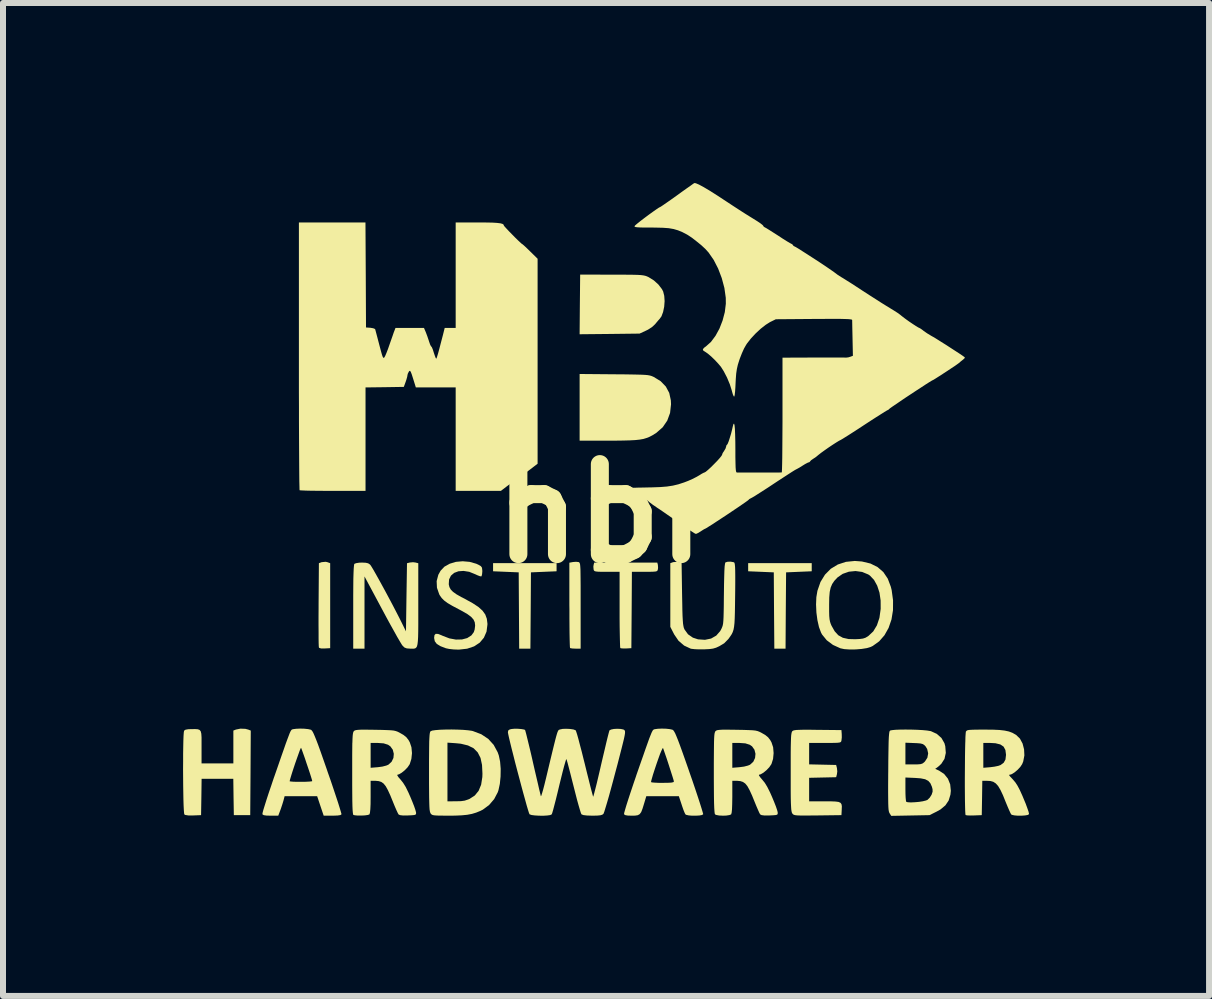
<source format=kicad_pcb>
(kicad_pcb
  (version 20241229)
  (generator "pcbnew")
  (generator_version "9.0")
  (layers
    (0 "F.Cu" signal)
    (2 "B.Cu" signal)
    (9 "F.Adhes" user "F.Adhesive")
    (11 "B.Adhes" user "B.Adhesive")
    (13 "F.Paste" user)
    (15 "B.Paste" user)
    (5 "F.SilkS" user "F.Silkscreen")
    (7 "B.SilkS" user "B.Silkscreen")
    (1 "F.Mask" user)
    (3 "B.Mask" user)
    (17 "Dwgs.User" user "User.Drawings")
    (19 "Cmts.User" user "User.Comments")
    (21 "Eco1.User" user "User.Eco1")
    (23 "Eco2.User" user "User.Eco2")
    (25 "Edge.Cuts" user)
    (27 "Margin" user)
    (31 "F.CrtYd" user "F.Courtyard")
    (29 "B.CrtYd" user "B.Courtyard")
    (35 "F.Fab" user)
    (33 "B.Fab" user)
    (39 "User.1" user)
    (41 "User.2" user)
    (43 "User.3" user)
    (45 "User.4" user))
  (footprint "hbr"
    (layer "F.Cu")
    (at 7.051 5.504)
    (property "Reference" "hbr" (at 0 0 0) (layer "F.SilkS") (effects (font (size 1.5 1.5) (thickness 0.3))))
    (attr board_only exclude_from_pos_files exclude_from_bom)
    (fp_poly (pts (xy -0.828 0.896) (xy -0.828 0.964) (xy -1.041 0.973) (xy -1.255 0.982) (xy -1.259 1.617) (xy -1.264 2.253) (xy -1.357 2.253) (xy -1.451 2.253) (xy -1.455 1.617) (xy -1.459 0.982) (xy -1.673 0.973) (xy -1.886 0.964) (xy -1.886 0.896) (xy -1.886 0.828) (xy -1.357 0.828) (xy -0.828 0.828)) (stroke (width 0) (type solid)) (fill yes) (layer "F.SilkS"))
    (fp_poly (pts (xy 3.423 0.896) (xy 3.423 0.964) (xy 3.209 0.973) (xy 2.996 0.982) (xy 2.991 1.617) (xy 2.987 2.253) (xy 2.893 2.253) (xy 2.8 2.253) (xy 2.795 1.617) (xy 2.791 0.982) (xy 2.578 0.973) (xy 2.364 0.964) (xy 2.364 0.896) (xy 2.364 0.828) (xy 2.893 0.828) (xy 3.423 0.828)) (stroke (width 0) (type solid)) (fill yes) (layer "F.SilkS"))
    (fp_poly (pts (xy -4.647 0.812) (xy -4.6 0.829) (xy -4.6 1.537) (xy -4.6 2.245) (xy -4.69 2.25) (xy -4.752 2.25) (xy -4.783 2.24) (xy -4.788 2.233) (xy -4.79 2.211) (xy -4.792 2.16) (xy -4.793 2.081) (xy -4.793 1.98) (xy -4.794 1.859) (xy -4.794 1.723) (xy -4.793 1.576) (xy -4.793 1.52) (xy -4.788 0.829) (xy -4.741 0.812) (xy -4.674 0.806)) (stroke (width 0) (type solid)) (fill yes) (layer "F.SilkS"))
    (fp_poly (pts (xy -0.463 0.81) (xy -0.462 0.81) (xy -0.454 0.814) (xy -0.447 0.82) (xy -0.441 0.832) (xy -0.436 0.853) (xy -0.433 0.886) (xy -0.43 0.935) (xy -0.429 1.001) (xy -0.428 1.089) (xy -0.427 1.201) (xy -0.427 1.341) (xy -0.427 1.512) (xy -0.427 1.537) (xy -0.427 2.253) (xy -0.509 2.253) (xy -0.56 2.251) (xy -0.595 2.246) (xy -0.603 2.242) (xy -0.606 2.223) (xy -0.608 2.173) (xy -0.61 2.097) (xy -0.612 1.997) (xy -0.613 1.878) (xy -0.614 1.743) (xy -0.614 1.596) (xy -0.615 1.526) (xy -0.615 0.821) (xy -0.556 0.81) (xy -0.505 0.806)) (stroke (width 0) (type solid)) (fill yes) (layer "F.SilkS"))
    (fp_poly (pts (xy 0.094 -3.978) (xy 0.242 -3.978) (xy 0.361 -3.977) (xy 0.453 -3.976) (xy 0.524 -3.974) (xy 0.577 -3.971) (xy 0.616 -3.966) (xy 0.646 -3.96) (xy 0.671 -3.952) (xy 0.694 -3.942) (xy 0.708 -3.935) (xy 0.793 -3.882) (xy 0.869 -3.813) (xy 0.928 -3.736) (xy 0.948 -3.697) (xy 0.966 -3.625) (xy 0.972 -3.537) (xy 0.965 -3.444) (xy 0.947 -3.357) (xy 0.92 -3.284) (xy 0.89 -3.242) (xy 0.862 -3.211) (xy 0.826 -3.168) (xy 0.815 -3.154) (xy 0.766 -3.108) (xy 0.696 -3.062) (xy 0.661 -3.045) (xy 0.555 -2.996) (xy 0.055 -2.99) (xy -0.444 -2.985) (xy -0.44 -3.482) (xy -0.435 -3.979)) (stroke (width 0) (type solid)) (fill yes) (layer "F.SilkS"))
    (fp_poly (pts (xy 0.132 -2.318) (xy 0.288 -2.317) (xy 0.414 -2.315) (xy 0.513 -2.313) (xy 0.589 -2.311) (xy 0.648 -2.308) (xy 0.691 -2.304) (xy 0.724 -2.298) (xy 0.75 -2.291) (xy 0.772 -2.282) (xy 0.79 -2.274) (xy 0.906 -2.203) (xy 0.992 -2.114) (xy 1.049 -2.008) (xy 1.076 -1.884) (xy 1.079 -1.818) (xy 1.063 -1.674) (xy 1.016 -1.546) (xy 0.94 -1.435) (xy 0.835 -1.343) (xy 0.768 -1.301) (xy 0.72 -1.276) (xy 0.672 -1.257) (xy 0.62 -1.241) (xy 0.558 -1.23) (xy 0.484 -1.222) (xy 0.391 -1.217) (xy 0.277 -1.214) (xy 0.135 -1.212) (xy 0.025 -1.212) (xy -0.444 -1.212) (xy -0.444 -1.768) (xy -0.444 -2.323)) (stroke (width 0) (type solid)) (fill yes) (layer "F.SilkS"))
    (fp_poly (pts (xy 0.86 0.858) (xy 0.863 0.907) (xy 0.859 0.935) (xy 0.854 0.951) (xy 0.842 0.962) (xy 0.82 0.968) (xy 0.78 0.971) (xy 0.717 0.973) (xy 0.638 0.973) (xy 0.427 0.973) (xy 0.423 1.609) (xy 0.418 2.245) (xy 0.332 2.25) (xy 0.28 2.25) (xy 0.244 2.247) (xy 0.234 2.243) (xy 0.231 2.223) (xy 0.229 2.174) (xy 0.227 2.098) (xy 0.225 1.999) (xy 0.223 1.882) (xy 0.222 1.75) (xy 0.222 1.607) (xy 0.222 1.602) (xy 0.222 0.973) (xy 0.011 0.973) (xy -0.078 0.973) (xy -0.137 0.971) (xy -0.175 0.967) (xy -0.196 0.96) (xy -0.206 0.949) (xy -0.211 0.935) (xy -0.215 0.887) (xy -0.211 0.858) (xy -0.201 0.819) (xy 0.324 0.819) (xy 0.85 0.819)) (stroke (width 0) (type solid)) (fill yes) (layer "F.SilkS"))
    (fp_poly (pts (xy -6.014 3.589) (xy -5.967 3.601) (xy -5.923 3.618) (xy -5.927 4.323) (xy -5.932 5.027) (xy -6.068 5.027) (xy -6.205 5.027) (xy -6.21 4.724) (xy -6.214 4.421) (xy -6.478 4.421) (xy -6.742 4.421) (xy -6.746 4.724) (xy -6.751 5.027) (xy -6.879 5.032) (xy -6.963 5.032) (xy -7.014 5.024) (xy -7.029 5.016) (xy -7.034 4.994) (xy -7.038 4.943) (xy -7.042 4.867) (xy -7.045 4.77) (xy -7.047 4.657) (xy -7.049 4.532) (xy -7.05 4.4) (xy -7.051 4.265) (xy -7.05 4.132) (xy -7.05 4.005) (xy -7.048 3.889) (xy -7.046 3.788) (xy -7.043 3.706) (xy -7.039 3.649) (xy -7.034 3.621) (xy -7.033 3.619) (xy -7.009 3.603) (xy -6.96 3.595) (xy -6.91 3.594) (xy -6.85 3.593) (xy -6.806 3.596) (xy -6.776 3.607) (xy -6.757 3.63) (xy -6.747 3.67) (xy -6.743 3.732) (xy -6.743 3.821) (xy -6.743 3.891) (xy -6.743 4.165) (xy -6.478 4.165) (xy -6.213 4.165) (xy -6.213 3.892) (xy -6.213 3.618) (xy -6.17 3.601) (xy -6.096 3.586)) (stroke (width 0) (type solid)) (fill yes) (layer "F.SilkS"))
    (fp_poly (pts (xy -3.179 0.818) (xy -3.132 0.83) (xy -3.132 1.525) (xy -3.132 1.702) (xy -3.132 1.848) (xy -3.133 1.966) (xy -3.135 2.058) (xy -3.139 2.128) (xy -3.145 2.179) (xy -3.154 2.215) (xy -3.167 2.236) (xy -3.183 2.248) (xy -3.204 2.253) (xy -3.231 2.254) (xy -3.262 2.253) (xy -3.267 2.253) (xy -3.323 2.249) (xy -3.361 2.235) (xy -3.392 2.206) (xy -3.41 2.181) (xy -3.441 2.129) (xy -3.485 2.054) (xy -3.537 1.96) (xy -3.598 1.851) (xy -3.664 1.73) (xy -3.731 1.605) (xy -4.028 1.05) (xy -4.028 1.652) (xy -4.028 2.253) (xy -4.122 2.253) (xy -4.216 2.253) (xy -4.216 1.557) (xy -4.216 1.371) (xy -4.215 1.217) (xy -4.214 1.093) (xy -4.211 0.996) (xy -4.208 0.924) (xy -4.204 0.876) (xy -4.2 0.848) (xy -4.196 0.84) (xy -4.168 0.829) (xy -4.118 0.821) (xy -4.071 0.819) (xy -4.008 0.822) (xy -3.968 0.831) (xy -3.94 0.849) (xy -3.931 0.858) (xy -3.914 0.883) (xy -3.883 0.934) (xy -3.842 1.006) (xy -3.792 1.095) (xy -3.736 1.197) (xy -3.676 1.307) (xy -3.615 1.421) (xy -3.555 1.534) (xy -3.499 1.642) (xy -3.448 1.741) (xy -3.411 1.815) (xy -3.337 1.965) (xy -3.329 1.398) (xy -3.32 0.83) (xy -3.273 0.818) (xy -3.22 0.813)) (stroke (width 0) (type solid)) (fill yes) (layer "F.SilkS"))
    (fp_poly (pts (xy 3.383 3.604) (xy 3.509 3.606) (xy 3.522 3.606) (xy 3.918 3.61) (xy 3.923 3.677) (xy 3.924 3.732) (xy 3.919 3.779) (xy 3.918 3.784) (xy 3.914 3.799) (xy 3.905 3.81) (xy 3.887 3.817) (xy 3.854 3.821) (xy 3.802 3.823) (xy 3.725 3.824) (xy 3.644 3.824) (xy 3.38 3.824) (xy 3.38 4.002) (xy 3.38 4.181) (xy 3.605 4.186) (xy 3.83 4.191) (xy 3.843 4.242) (xy 3.849 4.298) (xy 3.843 4.345) (xy 3.83 4.395) (xy 3.605 4.4) (xy 3.38 4.405) (xy 3.38 4.601) (xy 3.38 4.797) (xy 3.634 4.797) (xy 3.741 4.797) (xy 3.818 4.8) (xy 3.871 4.807) (xy 3.903 4.822) (xy 3.919 4.845) (xy 3.925 4.879) (xy 3.923 4.927) (xy 3.923 4.936) (xy 3.918 5.027) (xy 3.522 5.032) (xy 3.396 5.033) (xy 3.3 5.034) (xy 3.229 5.033) (xy 3.179 5.031) (xy 3.146 5.027) (xy 3.125 5.021) (xy 3.112 5.013) (xy 3.102 5.002) (xy 3.099 4.998) (xy 3.092 4.984) (xy 3.087 4.963) (xy 3.082 4.931) (xy 3.079 4.885) (xy 3.076 4.822) (xy 3.074 4.738) (xy 3.073 4.629) (xy 3.073 4.494) (xy 3.073 4.328) (xy 3.073 4.308) (xy 3.073 4.139) (xy 3.073 4.001) (xy 3.074 3.891) (xy 3.076 3.806) (xy 3.078 3.741) (xy 3.081 3.695) (xy 3.086 3.663) (xy 3.091 3.643) (xy 3.098 3.631) (xy 3.1 3.628) (xy 3.112 3.619) (xy 3.133 3.613) (xy 3.166 3.608) (xy 3.216 3.606) (xy 3.287 3.604)) (stroke (width 0) (type solid)) (fill yes) (layer "F.SilkS"))
    (fp_poly (pts (xy 2.119 0.812) (xy 2.131 0.817) (xy 2.137 0.827) (xy 2.142 0.851) (xy 2.146 0.892) (xy 2.148 0.953) (xy 2.149 1.036) (xy 2.149 1.146) (xy 2.148 1.286) (xy 2.147 1.367) (xy 2.145 1.523) (xy 2.143 1.649) (xy 2.14 1.749) (xy 2.136 1.827) (xy 2.129 1.889) (xy 2.12 1.937) (xy 2.107 1.977) (xy 2.09 2.012) (xy 2.067 2.047) (xy 2.04 2.085) (xy 2.034 2.093) (xy 1.964 2.164) (xy 1.884 2.212) (xy 1.83 2.237) (xy 1.779 2.252) (xy 1.721 2.26) (xy 1.643 2.264) (xy 1.622 2.265) (xy 1.544 2.265) (xy 1.474 2.262) (xy 1.421 2.256) (xy 1.406 2.253) (xy 1.297 2.202) (xy 1.204 2.122) (xy 1.131 2.015) (xy 1.127 2.007) (xy 1.067 1.89) (xy 1.067 1.359) (xy 1.067 0.829) (xy 1.114 0.812) (xy 1.181 0.806) (xy 1.208 0.812) (xy 1.255 0.829) (xy 1.263 1.349) (xy 1.266 1.498) (xy 1.268 1.617) (xy 1.271 1.711) (xy 1.275 1.782) (xy 1.279 1.835) (xy 1.285 1.874) (xy 1.291 1.902) (xy 1.3 1.925) (xy 1.304 1.934) (xy 1.362 2.014) (xy 1.443 2.07) (xy 1.529 2.098) (xy 1.644 2.106) (xy 1.746 2.085) (xy 1.832 2.036) (xy 1.897 1.962) (xy 1.911 1.937) (xy 1.923 1.913) (xy 1.933 1.889) (xy 1.941 1.863) (xy 1.947 1.83) (xy 1.951 1.785) (xy 1.954 1.725) (xy 1.956 1.646) (xy 1.958 1.542) (xy 1.959 1.41) (xy 1.96 1.341) (xy 1.962 1.181) (xy 1.965 1.053) (xy 1.968 0.954) (xy 1.972 0.884) (xy 1.978 0.839) (xy 1.984 0.818) (xy 1.986 0.816) (xy 2.023 0.805) (xy 2.073 0.804)) (stroke (width 0) (type solid)) (fill yes) (layer "F.SilkS"))
    (fp_poly (pts (xy 4.26 0.801) (xy 4.402 0.835) (xy 4.52 0.894) (xy 4.616 0.977) (xy 4.69 1.087) (xy 4.741 1.222) (xy 4.755 1.278) (xy 4.778 1.448) (xy 4.777 1.613) (xy 4.752 1.767) (xy 4.704 1.907) (xy 4.635 2.03) (xy 4.547 2.131) (xy 4.44 2.208) (xy 4.407 2.224) (xy 4.342 2.244) (xy 4.254 2.258) (xy 4.155 2.266) (xy 4.055 2.267) (xy 3.966 2.261) (xy 3.9 2.247) (xy 3.777 2.191) (xy 3.673 2.113) (xy 3.595 2.017) (xy 3.578 1.985) (xy 3.544 1.894) (xy 3.518 1.779) (xy 3.501 1.651) (xy 3.496 1.536) (xy 3.713 1.536) (xy 3.713 1.636) (xy 3.715 1.71) (xy 3.72 1.763) (xy 3.728 1.804) (xy 3.74 1.841) (xy 3.752 1.869) (xy 3.805 1.963) (xy 3.866 2.03) (xy 3.942 2.072) (xy 4.037 2.093) (xy 4.149 2.096) (xy 4.225 2.092) (xy 4.277 2.085) (xy 4.317 2.072) (xy 4.355 2.05) (xy 4.368 2.041) (xy 4.448 1.966) (xy 4.509 1.865) (xy 4.55 1.743) (xy 4.552 1.734) (xy 4.572 1.59) (xy 4.571 1.45) (xy 4.552 1.32) (xy 4.514 1.204) (xy 4.461 1.108) (xy 4.393 1.036) (xy 4.365 1.017) (xy 4.263 0.975) (xy 4.153 0.96) (xy 4.042 0.971) (xy 3.939 1.007) (xy 3.852 1.067) (xy 3.85 1.07) (xy 3.8 1.123) (xy 3.764 1.176) (xy 3.739 1.235) (xy 3.723 1.307) (xy 3.715 1.4) (xy 3.713 1.518) (xy 3.713 1.536) (xy 3.496 1.536) (xy 3.495 1.52) (xy 3.5 1.396) (xy 3.518 1.289) (xy 3.569 1.142) (xy 3.644 1.02) (xy 3.741 0.922) (xy 3.858 0.851) (xy 3.992 0.807) (xy 4.141 0.792)) (stroke (width 0) (type solid)) (fill yes) (layer "F.SilkS"))
    (fp_poly (pts (xy -2.479 3.602) (xy -2.385 3.606) (xy -2.303 3.613) (xy -2.239 3.622) (xy -2.223 3.626) (xy -2.083 3.679) (xy -1.967 3.756) (xy -1.876 3.856) (xy -1.809 3.98) (xy -1.79 4.034) (xy -1.769 4.135) (xy -1.759 4.255) (xy -1.761 4.382) (xy -1.773 4.505) (xy -1.796 4.611) (xy -1.808 4.646) (xy -1.868 4.76) (xy -1.953 4.859) (xy -2.056 4.935) (xy -2.097 4.956) (xy -2.168 4.985) (xy -2.238 5.006) (xy -2.316 5.021) (xy -2.407 5.03) (xy -2.519 5.035) (xy -2.639 5.036) (xy -2.739 5.035) (xy -2.81 5.034) (xy -2.858 5.031) (xy -2.889 5.026) (xy -2.908 5.018) (xy -2.921 5.005) (xy -2.927 4.998) (xy -2.933 4.984) (xy -2.939 4.963) (xy -2.944 4.93) (xy -2.947 4.883) (xy -2.949 4.819) (xy -2.951 4.734) (xy -2.952 4.624) (xy -2.953 4.488) (xy -2.953 4.32) (xy -2.953 4.308) (xy -2.953 4.139) (xy -2.952 4.001) (xy -2.951 3.891) (xy -2.95 3.819) (xy -2.646 3.819) (xy -2.646 4.308) (xy -2.646 4.797) (xy -2.505 4.796) (xy -2.421 4.794) (xy -2.358 4.785) (xy -2.301 4.766) (xy -2.277 4.756) (xy -2.191 4.7) (xy -2.127 4.622) (xy -2.085 4.52) (xy -2.065 4.393) (xy -2.063 4.336) (xy -2.07 4.191) (xy -2.095 4.074) (xy -2.142 3.982) (xy -2.21 3.913) (xy -2.304 3.866) (xy -2.423 3.837) (xy -2.502 3.829) (xy -2.646 3.819) (xy -2.95 3.819) (xy -2.95 3.805) (xy -2.947 3.741) (xy -2.944 3.694) (xy -2.94 3.662) (xy -2.935 3.642) (xy -2.928 3.63) (xy -2.926 3.629) (xy -2.899 3.618) (xy -2.843 3.61) (xy -2.767 3.604) (xy -2.677 3.601) (xy -2.579 3.6)) (stroke (width 0) (type solid)) (fill yes) (layer "F.SilkS"))
    (fp_poly (pts (xy -2.277 0.807) (xy -2.167 0.838) (xy -2.13 0.855) (xy -2.089 0.879) (xy -2.071 0.904) (xy -2.066 0.945) (xy -2.065 0.964) (xy -2.069 1.012) (xy -2.077 1.043) (xy -2.081 1.049) (xy -2.103 1.047) (xy -2.145 1.031) (xy -2.184 1.013) (xy -2.283 0.973) (xy -2.378 0.958) (xy -2.463 0.964) (xy -2.535 0.991) (xy -2.588 1.037) (xy -2.619 1.1) (xy -2.624 1.179) (xy -2.624 1.182) (xy -2.613 1.228) (xy -2.591 1.268) (xy -2.554 1.306) (xy -2.497 1.347) (xy -2.416 1.393) (xy -2.352 1.426) (xy -2.227 1.495) (xy -2.131 1.558) (xy -2.062 1.62) (xy -2.016 1.684) (xy -1.99 1.755) (xy -1.98 1.835) (xy -1.98 1.852) (xy -1.995 1.97) (xy -2.039 2.071) (xy -2.108 2.153) (xy -2.202 2.215) (xy -2.318 2.254) (xy -2.453 2.269) (xy -2.472 2.269) (xy -2.546 2.266) (xy -2.617 2.258) (xy -2.67 2.247) (xy -2.671 2.247) (xy -2.762 2.212) (xy -2.823 2.175) (xy -2.857 2.13) (xy -2.868 2.076) (xy -2.868 2.072) (xy -2.862 2.027) (xy -2.841 2.006) (xy -2.802 2.008) (xy -2.741 2.032) (xy -2.726 2.039) (xy -2.614 2.082) (xy -2.505 2.102) (xy -2.404 2.1) (xy -2.317 2.077) (xy -2.247 2.032) (xy -2.207 1.978) (xy -2.193 1.935) (xy -2.186 1.878) (xy -2.185 1.866) (xy -2.191 1.814) (xy -2.212 1.768) (xy -2.252 1.723) (xy -2.314 1.677) (xy -2.403 1.626) (xy -2.457 1.597) (xy -2.563 1.541) (xy -2.643 1.494) (xy -2.701 1.451) (xy -2.743 1.409) (xy -2.774 1.364) (xy -2.783 1.348) (xy -2.821 1.238) (xy -2.826 1.128) (xy -2.798 1.022) (xy -2.76 0.954) (xy -2.696 0.887) (xy -2.608 0.838) (xy -2.505 0.807) (xy -2.392 0.797)) (stroke (width 0) (type solid)) (fill yes) (layer "F.SilkS"))
    (fp_poly (pts (xy -5.029 3.587) (xy -4.965 3.594) (xy -4.922 3.604) (xy -4.918 3.606) (xy -4.907 3.616) (xy -4.893 3.635) (xy -4.877 3.666) (xy -4.857 3.712) (xy -4.831 3.776) (xy -4.799 3.86) (xy -4.76 3.968) (xy -4.713 4.102) (xy -4.656 4.265) (xy -4.641 4.31) (xy -4.59 4.455) (xy -4.544 4.592) (xy -4.503 4.715) (xy -4.468 4.821) (xy -4.441 4.908) (xy -4.422 4.971) (xy -4.412 5.007) (xy -4.412 5.014) (xy -4.43 5.026) (xy -4.476 5.033) (xy -4.552 5.036) (xy -4.564 5.036) (xy -4.708 5.036) (xy -4.763 4.873) (xy -4.817 4.711) (xy -5.088 4.711) (xy -5.359 4.711) (xy -5.378 4.784) (xy -5.396 4.843) (xy -5.419 4.913) (xy -5.431 4.946) (xy -5.465 5.036) (xy -5.592 5.036) (xy -5.662 5.034) (xy -5.704 5.028) (xy -5.725 5.017) (xy -5.729 5.01) (xy -5.726 4.988) (xy -5.713 4.938) (xy -5.69 4.864) (xy -5.66 4.768) (xy -5.623 4.655) (xy -5.58 4.529) (xy -5.558 4.463) (xy -5.275 4.463) (xy -5.259 4.466) (xy -5.216 4.47) (xy -5.152 4.472) (xy -5.087 4.472) (xy -5.011 4.471) (xy -4.95 4.468) (xy -4.911 4.464) (xy -4.899 4.46) (xy -4.904 4.438) (xy -4.918 4.391) (xy -4.939 4.325) (xy -4.965 4.247) (xy -4.993 4.165) (xy -5.02 4.083) (xy -5.046 4.01) (xy -5.067 3.951) (xy -5.081 3.914) (xy -5.086 3.905) (xy -5.093 3.917) (xy -5.109 3.955) (xy -5.13 4.014) (xy -5.156 4.087) (xy -5.184 4.167) (xy -5.211 4.248) (xy -5.236 4.325) (xy -5.256 4.39) (xy -5.27 4.438) (xy -5.275 4.463) (xy -5.558 4.463) (xy -5.534 4.392) (xy -5.53 4.382) (xy -5.468 4.204) (xy -5.417 4.056) (xy -5.374 3.934) (xy -5.34 3.836) (xy -5.312 3.76) (xy -5.29 3.702) (xy -5.274 3.66) (xy -5.261 3.632) (xy -5.25 3.614) (xy -5.242 3.604) (xy -5.233 3.599) (xy -5.225 3.597) (xy -5.219 3.595) (xy -5.168 3.588) (xy -5.1 3.585)) (stroke (width 0) (type solid)) (fill yes) (layer "F.SilkS"))
    (fp_poly (pts (xy 5.082 3.602) (xy 5.179 3.605) (xy 5.269 3.61) (xy 5.344 3.617) (xy 5.398 3.626) (xy 5.409 3.628) (xy 5.507 3.673) (xy 5.584 3.741) (xy 5.634 3.828) (xy 5.648 3.878) (xy 5.657 3.99) (xy 5.635 4.089) (xy 5.582 4.172) (xy 5.531 4.219) (xy 5.48 4.256) (xy 5.544 4.285) (xy 5.629 4.341) (xy 5.692 4.419) (xy 5.73 4.514) (xy 5.741 4.621) (xy 5.734 4.686) (xy 5.704 4.784) (xy 5.65 4.864) (xy 5.57 4.931) (xy 5.506 4.967) (xy 5.386 5.027) (xy 5.067 5.033) (xy 4.748 5.039) (xy 4.721 4.997) (xy 4.714 4.983) (xy 4.708 4.963) (xy 4.703 4.933) (xy 4.7 4.89) (xy 4.698 4.832) (xy 4.697 4.754) (xy 4.696 4.653) (xy 4.696 4.526) (xy 4.697 4.4) (xy 4.984 4.4) (xy 4.984 4.595) (xy 4.985 4.674) (xy 4.988 4.74) (xy 4.993 4.786) (xy 4.997 4.804) (xy 5.023 4.812) (xy 5.074 4.815) (xy 5.139 4.812) (xy 5.209 4.806) (xy 5.274 4.796) (xy 5.326 4.783) (xy 5.351 4.773) (xy 5.389 4.736) (xy 5.42 4.687) (xy 5.422 4.682) (xy 5.437 4.636) (xy 5.436 4.594) (xy 5.425 4.553) (xy 5.4 4.496) (xy 5.365 4.456) (xy 5.313 4.429) (xy 5.239 4.414) (xy 5.146 4.407) (xy 4.984 4.4) (xy 4.697 4.4) (xy 4.697 4.369) (xy 4.698 4.295) (xy 4.699 4.124) (xy 4.701 3.985) (xy 4.703 3.873) (xy 4.704 3.82) (xy 4.984 3.82) (xy 4.984 4.001) (xy 4.984 4.182) (xy 5.122 4.182) (xy 5.192 4.181) (xy 5.237 4.177) (xy 5.268 4.167) (xy 5.294 4.148) (xy 5.31 4.132) (xy 5.35 4.07) (xy 5.363 3.998) (xy 5.347 3.926) (xy 5.319 3.88) (xy 5.296 3.857) (xy 5.271 3.842) (xy 5.236 3.833) (xy 5.18 3.828) (xy 5.131 3.826) (xy 4.984 3.82) (xy 4.704 3.82) (xy 4.705 3.787) (xy 4.708 3.722) (xy 4.712 3.676) (xy 4.716 3.645) (xy 4.721 3.627) (xy 4.728 3.619) (xy 4.728 3.618) (xy 4.759 3.611) (xy 4.816 3.605) (xy 4.894 3.602) (xy 4.985 3.601)) (stroke (width 0) (type solid)) (fill yes) (layer "F.SilkS"))
    (fp_poly (pts (xy 6.442 3.603) (xy 6.551 3.608) (xy 6.637 3.618) (xy 6.707 3.633) (xy 6.766 3.655) (xy 6.819 3.685) (xy 6.829 3.691) (xy 6.892 3.752) (xy 6.936 3.834) (xy 6.961 3.931) (xy 6.966 4.032) (xy 6.947 4.132) (xy 6.929 4.177) (xy 6.898 4.224) (xy 6.853 4.272) (xy 6.802 4.315) (xy 6.756 4.344) (xy 6.727 4.353) (xy 6.713 4.354) (xy 6.713 4.363) (xy 6.728 4.383) (xy 6.763 4.42) (xy 6.781 4.44) (xy 6.817 4.483) (xy 6.852 4.537) (xy 6.89 4.609) (xy 6.933 4.704) (xy 6.953 4.752) (xy 6.988 4.836) (xy 7.015 4.91) (xy 7.035 4.968) (xy 7.043 5.004) (xy 7.043 5.011) (xy 7.022 5.024) (xy 6.977 5.032) (xy 6.919 5.036) (xy 6.856 5.036) (xy 6.799 5.031) (xy 6.759 5.022) (xy 6.746 5.014) (xy 6.733 4.99) (xy 6.711 4.942) (xy 6.683 4.877) (xy 6.657 4.814) (xy 6.609 4.695) (xy 6.567 4.606) (xy 6.528 4.541) (xy 6.489 4.498) (xy 6.447 4.471) (xy 6.399 4.458) (xy 6.344 4.455) (xy 6.265 4.455) (xy 6.261 4.741) (xy 6.256 5.027) (xy 6.127 5.032) (xy 6.064 5.033) (xy 6.014 5.031) (xy 5.988 5.026) (xy 5.986 5.025) (xy 5.983 5.005) (xy 5.98 4.955) (xy 5.978 4.88) (xy 5.976 4.784) (xy 5.975 4.672) (xy 5.974 4.548) (xy 5.974 4.416) (xy 5.975 4.282) (xy 5.976 4.15) (xy 5.977 4.023) (xy 5.979 3.907) (xy 5.981 3.824) (xy 6.282 3.824) (xy 6.282 4.031) (xy 6.282 4.238) (xy 6.4 4.228) (xy 6.469 4.219) (xy 6.531 4.206) (xy 6.57 4.192) (xy 6.622 4.153) (xy 6.651 4.1) (xy 6.66 4.024) (xy 6.66 4.02) (xy 6.65 3.942) (xy 6.62 3.886) (xy 6.565 3.849) (xy 6.484 3.829) (xy 6.393 3.824) (xy 6.282 3.824) (xy 5.981 3.824) (xy 5.982 3.806) (xy 5.984 3.724) (xy 5.988 3.666) (xy 5.991 3.637) (xy 5.992 3.635) (xy 6.001 3.623) (xy 6.015 3.614) (xy 6.04 3.608) (xy 6.081 3.605) (xy 6.143 3.603) (xy 6.231 3.602) (xy 6.305 3.602)) (stroke (width 0) (type solid)) (fill yes) (layer "F.SilkS"))
    (fp_poly (pts (xy 0.997 3.587) (xy 1.06 3.594) (xy 1.103 3.604) (xy 1.107 3.606) (xy 1.119 3.616) (xy 1.132 3.635) (xy 1.149 3.666) (xy 1.169 3.713) (xy 1.195 3.777) (xy 1.227 3.862) (xy 1.266 3.97) (xy 1.314 4.105) (xy 1.371 4.268) (xy 1.385 4.309) (xy 1.436 4.455) (xy 1.482 4.591) (xy 1.523 4.714) (xy 1.558 4.821) (xy 1.585 4.907) (xy 1.604 4.97) (xy 1.614 5.006) (xy 1.614 5.013) (xy 1.594 5.025) (xy 1.549 5.033) (xy 1.491 5.036) (xy 1.428 5.036) (xy 1.372 5.031) (xy 1.332 5.022) (xy 1.319 5.014) (xy 1.306 4.989) (xy 1.286 4.94) (xy 1.264 4.877) (xy 1.256 4.852) (xy 1.209 4.711) (xy 0.938 4.711) (xy 0.667 4.711) (xy 0.63 4.835) (xy 0.604 4.919) (xy 0.582 4.976) (xy 0.557 5.01) (xy 0.525 5.028) (xy 0.48 5.035) (xy 0.426 5.036) (xy 0.358 5.034) (xy 0.318 5.027) (xy 0.299 5.015) (xy 0.296 5.009) (xy 0.299 4.988) (xy 0.313 4.938) (xy 0.335 4.863) (xy 0.366 4.766) (xy 0.403 4.653) (xy 0.446 4.525) (xy 0.462 4.477) (xy 0.746 4.477) (xy 0.765 4.482) (xy 0.811 4.486) (xy 0.876 4.489) (xy 0.94 4.489) (xy 1.027 4.488) (xy 1.084 4.485) (xy 1.116 4.478) (xy 1.127 4.468) (xy 1.127 4.467) (xy 1.122 4.446) (xy 1.108 4.399) (xy 1.087 4.333) (xy 1.062 4.255) (xy 1.035 4.171) (xy 1.008 4.088) (xy 0.982 4.013) (xy 0.961 3.952) (xy 0.947 3.912) (xy 0.945 3.909) (xy 0.937 3.916) (xy 0.92 3.951) (xy 0.895 4.01) (xy 0.866 4.091) (xy 0.837 4.174) (xy 0.806 4.267) (xy 0.779 4.35) (xy 0.76 4.416) (xy 0.748 4.46) (xy 0.746 4.477) (xy 0.462 4.477) (xy 0.493 4.387) (xy 0.503 4.356) (xy 0.564 4.181) (xy 0.615 4.036) (xy 0.656 3.918) (xy 0.69 3.823) (xy 0.716 3.75) (xy 0.738 3.695) (xy 0.754 3.655) (xy 0.767 3.629) (xy 0.777 3.612) (xy 0.787 3.603) (xy 0.796 3.598) (xy 0.806 3.596) (xy 0.808 3.595) (xy 0.858 3.588) (xy 0.925 3.585)) (stroke (width 0) (type solid)) (fill yes) (layer "F.SilkS"))
    (fp_poly (pts (xy 2.114 3.604) (xy 2.175 3.605) (xy 2.289 3.607) (xy 2.375 3.61) (xy 2.439 3.613) (xy 2.485 3.618) (xy 2.52 3.626) (xy 2.549 3.637) (xy 2.578 3.651) (xy 2.648 3.691) (xy 2.696 3.73) (xy 2.732 3.777) (xy 2.753 3.815) (xy 2.78 3.896) (xy 2.788 3.993) (xy 2.779 4.09) (xy 2.752 4.176) (xy 2.749 4.18) (xy 2.716 4.229) (xy 2.669 4.278) (xy 2.618 4.32) (xy 2.571 4.347) (xy 2.547 4.353) (xy 2.543 4.364) (xy 2.563 4.394) (xy 2.597 4.434) (xy 2.641 4.488) (xy 2.683 4.557) (xy 2.729 4.649) (xy 2.763 4.726) (xy 2.797 4.808) (xy 2.826 4.882) (xy 2.846 4.941) (xy 2.856 4.978) (xy 2.856 4.982) (xy 2.856 5.004) (xy 2.849 5.018) (xy 2.827 5.025) (xy 2.785 5.029) (xy 2.721 5.032) (xy 2.64 5.033) (xy 2.589 5.027) (xy 2.565 5.015) (xy 2.551 4.991) (xy 2.529 4.942) (xy 2.501 4.877) (xy 2.476 4.816) (xy 2.428 4.698) (xy 2.387 4.609) (xy 2.351 4.544) (xy 2.315 4.5) (xy 2.277 4.474) (xy 2.234 4.46) (xy 2.182 4.455) (xy 2.169 4.455) (xy 2.1 4.455) (xy 2.1 4.725) (xy 2.098 4.843) (xy 2.095 4.929) (xy 2.089 4.985) (xy 2.081 5.013) (xy 2.079 5.015) (xy 2.051 5.026) (xy 1.999 5.034) (xy 1.946 5.036) (xy 1.881 5.033) (xy 1.833 5.024) (xy 1.813 5.015) (xy 1.807 5) (xy 1.803 4.966) (xy 1.799 4.909) (xy 1.796 4.829) (xy 1.794 4.723) (xy 1.793 4.588) (xy 1.792 4.423) (xy 1.792 4.325) (xy 1.792 4.155) (xy 1.793 4.015) (xy 1.794 3.903) (xy 1.795 3.824) (xy 2.1 3.824) (xy 2.1 4.031) (xy 2.1 4.238) (xy 2.22 4.228) (xy 2.296 4.218) (xy 2.361 4.201) (xy 2.395 4.187) (xy 2.449 4.138) (xy 2.479 4.074) (xy 2.486 4.005) (xy 2.469 3.937) (xy 2.429 3.881) (xy 2.39 3.854) (xy 2.317 3.831) (xy 2.217 3.824) (xy 2.215 3.824) (xy 2.1 3.824) (xy 1.795 3.824) (xy 1.795 3.816) (xy 1.797 3.75) (xy 1.8 3.701) (xy 1.804 3.668) (xy 1.81 3.646) (xy 1.816 3.633) (xy 1.82 3.627) (xy 1.834 3.617) (xy 1.855 3.61) (xy 1.889 3.606) (xy 1.94 3.603) (xy 2.013 3.603)) (stroke (width 0) (type solid)) (fill yes) (layer "F.SilkS"))
    (fp_poly (pts (xy -3.912 3.604) (xy -3.851 3.605) (xy -3.736 3.607) (xy -3.65 3.61) (xy -3.587 3.613) (xy -3.54 3.618) (xy -3.506 3.626) (xy -3.476 3.637) (xy -3.448 3.651) (xy -3.378 3.691) (xy -3.33 3.73) (xy -3.294 3.777) (xy -3.273 3.815) (xy -3.246 3.896) (xy -3.237 3.993) (xy -3.247 4.09) (xy -3.274 4.176) (xy -3.276 4.18) (xy -3.309 4.229) (xy -3.356 4.278) (xy -3.408 4.32) (xy -3.454 4.347) (xy -3.479 4.353) (xy -3.482 4.364) (xy -3.463 4.394) (xy -3.428 4.434) (xy -3.385 4.488) (xy -3.342 4.557) (xy -3.297 4.649) (xy -3.263 4.726) (xy -3.229 4.808) (xy -3.2 4.882) (xy -3.18 4.941) (xy -3.17 4.978) (xy -3.169 4.982) (xy -3.169 5.004) (xy -3.177 5.018) (xy -3.198 5.025) (xy -3.241 5.029) (xy -3.305 5.032) (xy -3.386 5.033) (xy -3.436 5.027) (xy -3.461 5.015) (xy -3.474 4.991) (xy -3.497 4.942) (xy -3.525 4.877) (xy -3.55 4.816) (xy -3.598 4.698) (xy -3.639 4.609) (xy -3.675 4.544) (xy -3.711 4.5) (xy -3.748 4.474) (xy -3.792 4.46) (xy -3.844 4.455) (xy -3.857 4.455) (xy -3.926 4.455) (xy -3.926 4.725) (xy -3.927 4.843) (xy -3.931 4.929) (xy -3.937 4.985) (xy -3.945 5.013) (xy -3.947 5.015) (xy -3.972 5.024) (xy -4.021 5.031) (xy -4.081 5.034) (xy -4.142 5.034) (xy -4.191 5.029) (xy -4.212 5.024) (xy -4.218 5.015) (xy -4.222 4.989) (xy -4.226 4.945) (xy -4.229 4.88) (xy -4.231 4.791) (xy -4.232 4.676) (xy -4.233 4.532) (xy -4.233 4.357) (xy -4.233 4.336) (xy -4.233 4.164) (xy -4.233 4.023) (xy -4.232 3.909) (xy -4.231 3.824) (xy -3.926 3.824) (xy -3.926 4.031) (xy -3.926 4.238) (xy -3.805 4.228) (xy -3.73 4.218) (xy -3.665 4.201) (xy -3.631 4.187) (xy -3.577 4.138) (xy -3.546 4.074) (xy -3.54 4.005) (xy -3.557 3.937) (xy -3.597 3.881) (xy -3.636 3.854) (xy -3.709 3.831) (xy -3.809 3.824) (xy -3.811 3.824) (xy -3.926 3.824) (xy -4.231 3.824) (xy -4.23 3.821) (xy -4.228 3.753) (xy -4.225 3.704) (xy -4.221 3.67) (xy -4.216 3.648) (xy -4.21 3.634) (xy -4.205 3.627) (xy -4.192 3.617) (xy -4.17 3.61) (xy -4.137 3.606) (xy -4.085 3.603) (xy -4.012 3.603)) (stroke (width 0) (type solid)) (fill yes) (layer "F.SilkS"))
    (fp_poly (pts (xy -4.007 -3.973) (xy -4.003 -3.098) (xy -3.929 -3.093) (xy -3.883 -3.085) (xy -3.854 -3.073) (xy -3.85 -3.067) (xy -3.843 -3.042) (xy -3.83 -2.993) (xy -3.813 -2.929) (xy -3.806 -2.902) (xy -3.777 -2.791) (xy -3.755 -2.709) (xy -3.739 -2.651) (xy -3.727 -2.615) (xy -3.717 -2.597) (xy -3.71 -2.591) (xy -3.702 -2.594) (xy -3.698 -2.599) (xy -3.684 -2.623) (xy -3.663 -2.672) (xy -3.637 -2.739) (xy -3.613 -2.808) (xy -3.585 -2.888) (xy -3.56 -2.959) (xy -3.541 -3.015) (xy -3.53 -3.043) (xy -3.512 -3.09) (xy -3.275 -3.09) (xy -3.037 -3.09) (xy -3.006 -3.017) (xy -2.982 -2.953) (xy -2.958 -2.882) (xy -2.952 -2.863) (xy -2.936 -2.817) (xy -2.922 -2.788) (xy -2.916 -2.782) (xy -2.905 -2.767) (xy -2.889 -2.728) (xy -2.874 -2.68) (xy -2.856 -2.627) (xy -2.842 -2.59) (xy -2.834 -2.578) (xy -2.827 -2.587) (xy -2.817 -2.617) (xy -2.801 -2.67) (xy -2.78 -2.748) (xy -2.752 -2.856) (xy -2.721 -2.974) (xy -2.692 -3.09) (xy -2.601 -3.09) (xy -2.509 -3.09) (xy -2.509 -3.969) (xy -2.509 -4.848) (xy -2.141 -4.848) (xy -2.004 -4.847) (xy -1.897 -4.845) (xy -1.817 -4.84) (xy -1.762 -4.833) (xy -1.727 -4.823) (xy -1.71 -4.81) (xy -1.707 -4.798) (xy -1.696 -4.782) (xy -1.665 -4.748) (xy -1.622 -4.702) (xy -1.571 -4.65) (xy -1.518 -4.596) (xy -1.47 -4.549) (xy -1.43 -4.512) (xy -1.407 -4.491) (xy -1.402 -4.489) (xy -1.388 -4.478) (xy -1.354 -4.448) (xy -1.308 -4.404) (xy -1.269 -4.366) (xy -1.144 -4.243) (xy -1.144 -2.535) (xy -1.144 -0.828) (xy -1.261 -0.738) (xy -1.315 -0.698) (xy -1.358 -0.667) (xy -1.384 -0.65) (xy -1.388 -0.649) (xy -1.405 -0.639) (xy -1.443 -0.612) (xy -1.498 -0.572) (xy -1.563 -0.523) (xy -1.577 -0.512) (xy -1.755 -0.376) (xy -2.132 -0.376) (xy -2.509 -0.376) (xy -2.509 -1.238) (xy -2.509 -2.1) (xy -2.841 -2.1) (xy -3.173 -2.1) (xy -3.219 -2.248) (xy -3.241 -2.317) (xy -3.257 -2.358) (xy -3.269 -2.375) (xy -3.28 -2.374) (xy -3.288 -2.364) (xy -3.307 -2.327) (xy -3.312 -2.305) (xy -3.317 -2.275) (xy -3.331 -2.226) (xy -3.342 -2.193) (xy -3.373 -2.108) (xy -3.692 -2.103) (xy -4.011 -2.099) (xy -4.011 -1.237) (xy -4.011 -0.376) (xy -4.555 -0.376) (xy -4.688 -0.376) (xy -4.81 -0.377) (xy -4.916 -0.378) (xy -5.004 -0.38) (xy -5.067 -0.383) (xy -5.103 -0.385) (xy -5.11 -0.387) (xy -5.111 -0.405) (xy -5.112 -0.455) (xy -5.114 -0.536) (xy -5.115 -0.644) (xy -5.116 -0.779) (xy -5.117 -0.937) (xy -5.118 -1.118) (xy -5.119 -1.319) (xy -5.12 -1.537) (xy -5.12 -1.772) (xy -5.121 -2.021) (xy -5.121 -2.282) (xy -5.121 -2.552) (xy -5.121 -2.623) (xy -5.121 -4.848) (xy -4.566 -4.848) (xy -4.012 -4.848)) (stroke (width 0) (type solid)) (fill yes) (layer "F.SilkS"))
    (fp_poly (pts (xy -1.469 3.588) (xy -1.411 3.593) (xy -1.368 3.601) (xy -1.353 3.608) (xy -1.347 3.627) (xy -1.334 3.675) (xy -1.316 3.748) (xy -1.293 3.842) (xy -1.266 3.954) (xy -1.237 4.078) (xy -1.22 4.154) (xy -1.19 4.285) (xy -1.162 4.405) (xy -1.137 4.512) (xy -1.117 4.6) (xy -1.101 4.665) (xy -1.092 4.703) (xy -1.089 4.712) (xy -1.083 4.704) (xy -1.071 4.667) (xy -1.053 4.606) (xy -1.032 4.526) (xy -1.009 4.432) (xy -1.008 4.429) (xy -0.964 4.244) (xy -0.927 4.089) (xy -0.896 3.961) (xy -0.871 3.859) (xy -0.851 3.779) (xy -0.835 3.718) (xy -0.822 3.673) (xy -0.812 3.643) (xy -0.803 3.623) (xy -0.795 3.611) (xy -0.787 3.605) (xy -0.778 3.602) (xy -0.769 3.599) (xy -0.726 3.59) (xy -0.667 3.588) (xy -0.604 3.591) (xy -0.549 3.599) (xy -0.513 3.612) (xy -0.509 3.615) (xy -0.501 3.635) (xy -0.485 3.685) (xy -0.464 3.76) (xy -0.439 3.856) (xy -0.409 3.969) (xy -0.378 4.094) (xy -0.358 4.173) (xy -0.326 4.304) (xy -0.296 4.423) (xy -0.27 4.528) (xy -0.248 4.614) (xy -0.231 4.677) (xy -0.221 4.713) (xy -0.218 4.72) (xy -0.213 4.706) (xy -0.201 4.663) (xy -0.183 4.594) (xy -0.16 4.503) (xy -0.134 4.394) (xy -0.105 4.27) (xy -0.085 4.182) (xy -0.054 4.05) (xy -0.025 3.928) (xy 0.00032 3.82) (xy 0.022 3.731) (xy 0.039 3.665) (xy 0.05 3.625) (xy 0.053 3.615) (xy 0.079 3.601) (xy 0.127 3.591) (xy 0.185 3.588) (xy 0.242 3.591) (xy 0.285 3.6) (xy 0.298 3.607) (xy 0.305 3.614) (xy 0.311 3.624) (xy 0.313 3.64) (xy 0.312 3.664) (xy 0.306 3.701) (xy 0.295 3.754) (xy 0.278 3.824) (xy 0.255 3.916) (xy 0.225 4.033) (xy 0.188 4.177) (xy 0.154 4.304) (xy 0.115 4.451) (xy 0.078 4.588) (xy 0.044 4.712) (xy 0.013 4.819) (xy -0.013 4.905) (xy -0.032 4.967) (xy -0.045 5.001) (xy -0.048 5.006) (xy -0.067 5.02) (xy -0.097 5.029) (xy -0.146 5.034) (xy -0.221 5.036) (xy -0.232 5.036) (xy -0.322 5.033) (xy -0.381 5.026) (xy -0.412 5.014) (xy -0.413 5.013) (xy -0.423 4.991) (xy -0.439 4.94) (xy -0.461 4.865) (xy -0.487 4.771) (xy -0.515 4.662) (xy -0.544 4.548) (xy -0.574 4.43) (xy -0.601 4.323) (xy -0.625 4.231) (xy -0.644 4.159) (xy -0.658 4.111) (xy -0.664 4.093) (xy -0.671 4.105) (xy -0.684 4.147) (xy -0.703 4.214) (xy -0.726 4.301) (xy -0.752 4.406) (xy -0.781 4.523) (xy -0.784 4.536) (xy -0.813 4.657) (xy -0.84 4.767) (xy -0.865 4.863) (xy -0.885 4.939) (xy -0.9 4.99) (xy -0.909 5.014) (xy -0.909 5.014) (xy -0.935 5.026) (xy -0.985 5.033) (xy -1.051 5.037) (xy -1.122 5.036) (xy -1.19 5.032) (xy -1.244 5.025) (xy -1.276 5.014) (xy -1.279 5.011) (xy -1.288 4.99) (xy -1.304 4.939) (xy -1.326 4.865) (xy -1.352 4.77) (xy -1.383 4.659) (xy -1.416 4.537) (xy -1.45 4.408) (xy -1.485 4.277) (xy -1.519 4.147) (xy -1.55 4.023) (xy -1.579 3.909) (xy -1.603 3.811) (xy -1.622 3.731) (xy -1.634 3.675) (xy -1.639 3.646) (xy -1.639 3.646) (xy -1.633 3.616) (xy -1.608 3.599) (xy -1.578 3.592) (xy -1.528 3.587)) (stroke (width 0) (type solid)) (fill yes) (layer "F.SilkS"))
    (fp_poly (pts (xy 1.492 -5.501) (xy 1.544 -5.479) (xy 1.622 -5.437) (xy 1.725 -5.376) (xy 1.851 -5.296) (xy 2 -5.198) (xy 2.014 -5.189) (xy 2.114 -5.123) (xy 2.217 -5.056) (xy 2.314 -4.994) (xy 2.399 -4.941) (xy 2.454 -4.907) (xy 2.518 -4.867) (xy 2.57 -4.832) (xy 2.603 -4.806) (xy 2.612 -4.796) (xy 2.625 -4.776) (xy 2.642 -4.766) (xy 2.666 -4.753) (xy 2.713 -4.724) (xy 2.776 -4.684) (xy 2.85 -4.637) (xy 2.873 -4.622) (xy 2.946 -4.574) (xy 3.01 -4.534) (xy 3.059 -4.505) (xy 3.087 -4.49) (xy 3.091 -4.489) (xy 3.106 -4.477) (xy 3.107 -4.473) (xy 3.121 -4.456) (xy 3.137 -4.448) (xy 3.16 -4.436) (xy 3.207 -4.408) (xy 3.271 -4.367) (xy 3.348 -4.318) (xy 3.433 -4.263) (xy 3.521 -4.206) (xy 3.606 -4.15) (xy 3.683 -4.098) (xy 3.747 -4.054) (xy 3.793 -4.022) (xy 3.81 -4.009) (xy 3.857 -3.974) (xy 3.913 -3.938) (xy 3.922 -3.933) (xy 3.955 -3.913) (xy 4.012 -3.877) (xy 4.087 -3.83) (xy 4.173 -3.774) (xy 4.266 -3.713) (xy 4.285 -3.701) (xy 4.385 -3.636) (xy 4.487 -3.571) (xy 4.582 -3.51) (xy 4.664 -3.459) (xy 4.725 -3.422) (xy 4.726 -3.421) (xy 4.793 -3.38) (xy 4.854 -3.341) (xy 4.898 -3.309) (xy 4.911 -3.298) (xy 4.942 -3.273) (xy 4.989 -3.238) (xy 5.046 -3.197) (xy 5.104 -3.158) (xy 5.157 -3.123) (xy 5.197 -3.099) (xy 5.216 -3.09) (xy 5.235 -3.08) (xy 5.27 -3.055) (xy 5.289 -3.04) (xy 5.345 -3.001) (xy 5.409 -2.962) (xy 5.428 -2.951) (xy 5.461 -2.933) (xy 5.514 -2.9) (xy 5.582 -2.857) (xy 5.659 -2.809) (xy 5.739 -2.757) (xy 5.816 -2.707) (xy 5.884 -2.663) (xy 5.937 -2.627) (xy 5.969 -2.604) (xy 5.974 -2.599) (xy 5.969 -2.585) (xy 5.943 -2.561) (xy 5.94 -2.559) (xy 5.901 -2.528) (xy 5.872 -2.503) (xy 5.85 -2.487) (xy 5.808 -2.457) (xy 5.75 -2.419) (xy 5.684 -2.375) (xy 5.615 -2.33) (xy 5.55 -2.288) (xy 5.495 -2.253) (xy 5.455 -2.228) (xy 5.437 -2.219) (xy 5.437 -2.219) (xy 5.42 -2.21) (xy 5.379 -2.185) (xy 5.319 -2.147) (xy 5.246 -2.099) (xy 5.163 -2.045) (xy 5.075 -1.987) (xy 4.987 -1.929) (xy 4.904 -1.873) (xy 4.831 -1.823) (xy 4.772 -1.783) (xy 4.731 -1.754) (xy 4.714 -1.74) (xy 4.714 -1.74) (xy 4.697 -1.724) (xy 4.694 -1.724) (xy 4.676 -1.715) (xy 4.634 -1.69) (xy 4.571 -1.65) (xy 4.492 -1.6) (xy 4.399 -1.54) (xy 4.307 -1.48) (xy 4.205 -1.413) (xy 4.112 -1.353) (xy 4.031 -1.301) (xy 3.967 -1.261) (xy 3.923 -1.234) (xy 3.905 -1.224) (xy 3.876 -1.209) (xy 3.827 -1.179) (xy 3.765 -1.139) (xy 3.698 -1.094) (xy 3.634 -1.049) (xy 3.58 -1.01) (xy 3.543 -0.981) (xy 3.534 -0.974) (xy 3.498 -0.944) (xy 3.453 -0.913) (xy 3.45 -0.912) (xy 3.415 -0.888) (xy 3.397 -0.869) (xy 3.397 -0.867) (xy 3.384 -0.854) (xy 3.379 -0.853) (xy 3.356 -0.845) (xy 3.314 -0.823) (xy 3.272 -0.797) (xy 3.221 -0.765) (xy 3.178 -0.741) (xy 3.158 -0.731) (xy 3.137 -0.719) (xy 3.092 -0.691) (xy 3.027 -0.649) (xy 2.947 -0.597) (xy 2.855 -0.537) (xy 2.793 -0.496) (xy 2.695 -0.431) (xy 2.605 -0.373) (xy 2.528 -0.324) (xy 2.467 -0.285) (xy 2.427 -0.262) (xy 2.415 -0.256) (xy 2.382 -0.238) (xy 2.37 -0.225) (xy 2.355 -0.213) (xy 2.316 -0.185) (xy 2.258 -0.145) (xy 2.185 -0.095) (xy 2.103 -0.04) (xy 2.015 0.019) (xy 1.927 0.077) (xy 1.843 0.132) (xy 1.769 0.181) (xy 1.708 0.219) (xy 1.665 0.246) (xy 1.646 0.256) (xy 1.645 0.256) (xy 1.627 0.265) (xy 1.592 0.287) (xy 1.574 0.299) (xy 1.532 0.325) (xy 1.499 0.34) (xy 1.492 0.341) (xy 1.472 0.332) (xy 1.43 0.305) (xy 1.368 0.265) (xy 1.293 0.214) (xy 1.208 0.154) (xy 1.189 0.141) (xy 1.098 0.077) (xy 1.012 0.017) (xy 0.937 -0.035) (xy 0.878 -0.075) (xy 0.841 -0.099) (xy 0.839 -0.101) (xy 0.781 -0.14) (xy 0.722 -0.185) (xy 0.711 -0.194) (xy 0.65 -0.248) (xy 0.61 -0.282) (xy 0.584 -0.3) (xy 0.57 -0.307) (xy 0.567 -0.308) (xy 0.548 -0.319) (xy 0.513 -0.345) (xy 0.486 -0.367) (xy 0.449 -0.402) (xy 0.436 -0.42) (xy 0.445 -0.427) (xy 0.452 -0.427) (xy 0.481 -0.428) (xy 0.536 -0.43) (xy 0.613 -0.431) (xy 0.703 -0.433) (xy 0.76 -0.434) (xy 0.898 -0.439) (xy 1.011 -0.448) (xy 1.109 -0.463) (xy 1.201 -0.485) (xy 1.296 -0.516) (xy 1.364 -0.542) (xy 1.434 -0.573) (xy 1.503 -0.608) (xy 1.548 -0.634) (xy 1.593 -0.662) (xy 1.628 -0.68) (xy 1.639 -0.683) (xy 1.659 -0.695) (xy 1.696 -0.726) (xy 1.744 -0.77) (xy 1.796 -0.822) (xy 1.847 -0.874) (xy 1.89 -0.922) (xy 1.919 -0.958) (xy 1.929 -0.976) (xy 1.939 -1.005) (xy 1.963 -1.041) (xy 1.987 -1.081) (xy 1.997 -1.114) (xy 2.004 -1.139) (xy 2.012 -1.144) (xy 2.022 -1.159) (xy 2.039 -1.2) (xy 2.058 -1.259) (xy 2.079 -1.328) (xy 2.097 -1.4) (xy 2.108 -1.449) (xy 2.119 -1.489) (xy 2.129 -1.496) (xy 2.137 -1.469) (xy 2.143 -1.41) (xy 2.147 -1.318) (xy 2.15 -1.195) (xy 2.151 -1.071) (xy 2.151 -0.94) (xy 2.153 -0.839) (xy 2.155 -0.766) (xy 2.159 -0.718) (xy 2.165 -0.691) (xy 2.172 -0.682) (xy 2.172 -0.682) (xy 2.195 -0.681) (xy 2.245 -0.681) (xy 2.316 -0.681) (xy 2.404 -0.681) (xy 2.5 -0.681) (xy 2.599 -0.681) (xy 2.695 -0.681) (xy 2.782 -0.681) (xy 2.853 -0.681) (xy 2.902 -0.682) (xy 2.923 -0.682) (xy 2.926 -0.699) (xy 2.928 -0.746) (xy 2.93 -0.822) (xy 2.932 -0.923) (xy 2.933 -1.046) (xy 2.934 -1.187) (xy 2.935 -1.345) (xy 2.936 -1.515) (xy 2.936 -1.639) (xy 2.936 -2.595) (xy 3.452 -2.597) (xy 3.583 -2.597) (xy 3.703 -2.597) (xy 3.808 -2.597) (xy 3.894 -2.597) (xy 3.957 -2.597) (xy 3.991 -2.596) (xy 3.996 -2.596) (xy 4.032 -2.6) (xy 4.066 -2.61) (xy 4.109 -2.626) (xy 4.103 -2.913) (xy 4.101 -3.01) (xy 4.099 -3.096) (xy 4.098 -3.164) (xy 4.097 -3.209) (xy 4.097 -3.223) (xy 4.091 -3.229) (xy 4.071 -3.233) (xy 4.035 -3.237) (xy 3.979 -3.239) (xy 3.902 -3.241) (xy 3.799 -3.241) (xy 3.669 -3.241) (xy 3.508 -3.24) (xy 3.461 -3.24) (xy 2.825 -3.235) (xy 2.727 -3.187) (xy 2.656 -3.142) (xy 2.573 -3.077) (xy 2.488 -2.998) (xy 2.409 -2.913) (xy 2.344 -2.83) (xy 2.328 -2.805) (xy 2.295 -2.747) (xy 2.26 -2.669) (xy 2.227 -2.585) (xy 2.217 -2.556) (xy 2.192 -2.477) (xy 2.176 -2.406) (xy 2.165 -2.332) (xy 2.158 -2.242) (xy 2.155 -2.185) (xy 2.151 -2.101) (xy 2.146 -2.029) (xy 2.14 -1.976) (xy 2.134 -1.949) (xy 2.134 -1.948) (xy 2.124 -1.95) (xy 2.109 -1.983) (xy 2.092 -2.043) (xy 2.092 -2.045) (xy 2.059 -2.15) (xy 2.012 -2.263) (xy 1.957 -2.369) (xy 1.91 -2.443) (xy 1.865 -2.496) (xy 1.809 -2.556) (xy 1.749 -2.614) (xy 1.694 -2.661) (xy 1.652 -2.69) (xy 1.652 -2.69) (xy 1.616 -2.713) (xy 1.609 -2.735) (xy 1.631 -2.761) (xy 1.661 -2.783) (xy 1.744 -2.857) (xy 1.82 -2.959) (xy 1.886 -3.08) (xy 1.938 -3.214) (xy 1.975 -3.354) (xy 1.992 -3.493) (xy 1.991 -3.593) (xy 1.968 -3.756) (xy 1.924 -3.921) (xy 1.864 -4.079) (xy 1.79 -4.223) (xy 1.705 -4.346) (xy 1.651 -4.406) (xy 1.583 -4.469) (xy 1.504 -4.533) (xy 1.427 -4.593) (xy 1.359 -4.638) (xy 1.342 -4.648) (xy 1.265 -4.688) (xy 1.194 -4.717) (xy 1.122 -4.738) (xy 1.042 -4.752) (xy 0.946 -4.759) (xy 0.826 -4.762) (xy 0.757 -4.763) (xy 0.649 -4.763) (xy 0.571 -4.764) (xy 0.519 -4.767) (xy 0.488 -4.771) (xy 0.473 -4.777) (xy 0.471 -4.786) (xy 0.472 -4.788) (xy 0.487 -4.804) (xy 0.525 -4.836) (xy 0.578 -4.878) (xy 0.641 -4.926) (xy 0.708 -4.976) (xy 0.773 -5.023) (xy 0.83 -5.063) (xy 0.873 -5.092) (xy 0.895 -5.104) (xy 0.896 -5.104) (xy 0.912 -5.113) (xy 0.952 -5.14) (xy 1.01 -5.18) (xy 1.083 -5.231) (xy 1.166 -5.29) (xy 1.177 -5.298) (xy 1.261 -5.359) (xy 1.337 -5.413) (xy 1.4 -5.457) (xy 1.444 -5.489) (xy 1.465 -5.503) (xy 1.466 -5.504)) (stroke (width 0) (type solid)) (fill yes) (layer "F.SilkS")))
  (gr_rect
    (start -3 -3)
    (end 17.094 13.543)
    (stroke (width 0.1) (type default))
    (fill no)
    (layer "Edge.Cuts")))
</source>
